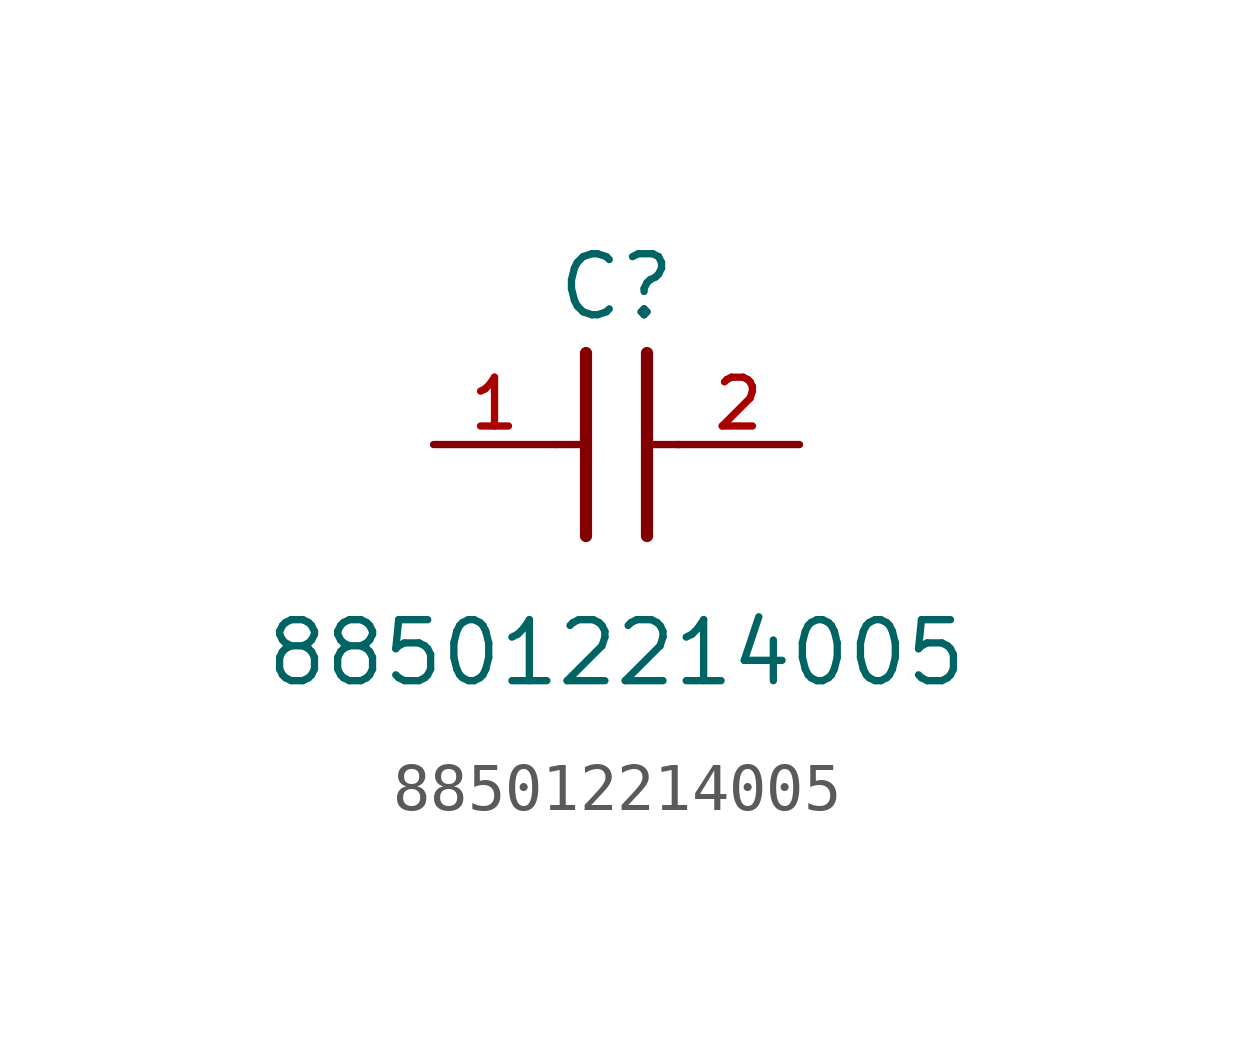
<source format=kicad_sym>
(kicad_symbol_lib
  (version 20211014)
  (generator kicad_symbol_editor)
  (symbol "885012214005"
    (pin_names
      (offset 1.016))
    (property "Reference" "C"
      (at 1.27 2.54 0)
      (effects (font (size 1.27 1.27)) (justify bottom)))
    (property "Value" "885012214005"
      (at 1.27 -5.08 0)
      (effects (font (size 1.27 1.27)) (justify bottom)))
    (symbol "885012214005_0_0"
      (polyline (pts (xy 1.905 1.905) (xy 1.905 -1.905)) (stroke (width 0.254)))
      (polyline (pts (xy 0.635 -1.905) (xy 0.635 1.905)) (stroke (width 0.254)))
      (polyline (pts (xy 0.0 0.0) (xy 0.643 0.0)) (stroke (width 0.152)))
      (polyline (pts (xy 1.928 0.0) (xy 2.57 0.0)) (stroke (width 0.152)))
      (pin passive line (at -2.54 0.0 0) (length 2.54) (name "~" (effects (font (size 1.016 1.016)))) (number "1" (effects (font (size 1.016 1.016)))))
      (pin passive line (at 5.08 0.0 180.0) (length 2.54) (name "~" (effects (font (size 1.016 1.016)))) (number "2" (effects (font (size 1.016 1.016))))))))
</source>
